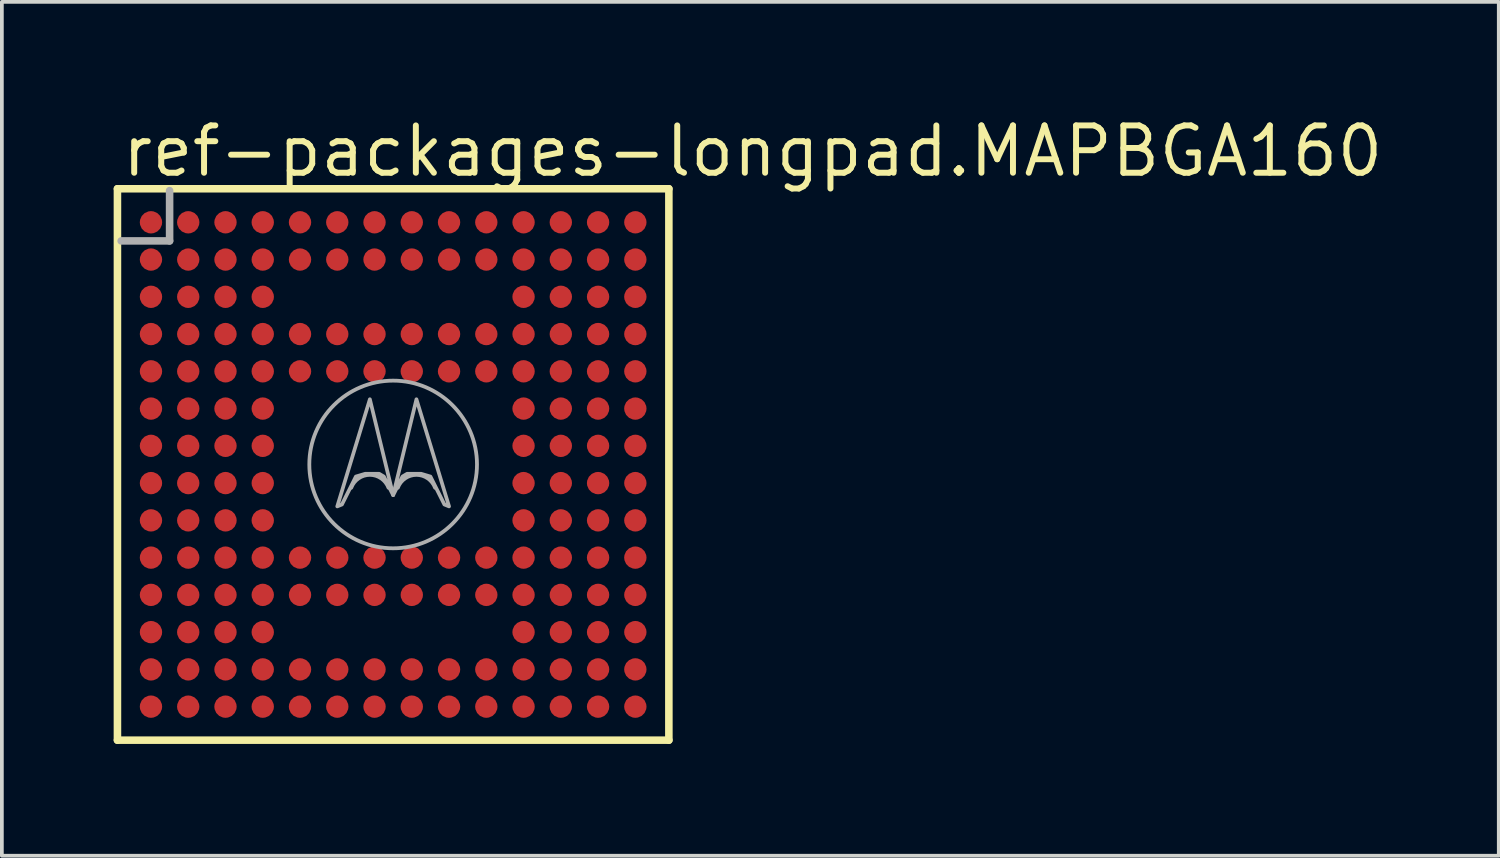
<source format=kicad_pcb>
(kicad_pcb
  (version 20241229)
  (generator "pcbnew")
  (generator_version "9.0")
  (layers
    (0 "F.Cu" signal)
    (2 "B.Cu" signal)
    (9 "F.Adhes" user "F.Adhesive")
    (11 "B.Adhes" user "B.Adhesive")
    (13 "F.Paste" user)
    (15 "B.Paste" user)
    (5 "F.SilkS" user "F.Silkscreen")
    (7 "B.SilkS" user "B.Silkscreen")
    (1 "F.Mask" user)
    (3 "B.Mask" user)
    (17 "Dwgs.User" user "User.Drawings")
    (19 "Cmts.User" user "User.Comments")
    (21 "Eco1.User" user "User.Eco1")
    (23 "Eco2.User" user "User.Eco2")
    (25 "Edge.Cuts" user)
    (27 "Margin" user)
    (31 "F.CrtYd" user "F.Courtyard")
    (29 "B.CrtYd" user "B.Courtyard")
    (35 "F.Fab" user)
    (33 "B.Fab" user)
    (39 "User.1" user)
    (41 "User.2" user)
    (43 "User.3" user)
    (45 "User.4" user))
  (footprint "ref-packages-longpad.MAPBGA160"
    (layer "F.Cu")
    (at 7.502 9.416)
    (property "Reference" "ref-packages-longpad.MAPBGA160" (at -7.358 -7.666 0) (layer "F.SilkS") (effects (font (size 1.27 1.27) (thickness 0.16)) (justify left bottom)))
    (attr smd)
    (fp_line (start -7.4 -7.4) (end 7.4 -7.4) (stroke (width 0.203) (type default)) (layer "F.SilkS"))
    (fp_line (start -7.4 7.4) (end -7.4 -7.4) (stroke (width 0.203) (type default)) (layer "F.SilkS"))
    (fp_line (start 7.4 -7.4) (end 7.4 7.4) (stroke (width 0.203) (type default)) (layer "F.SilkS"))
    (fp_line (start 7.4 7.4) (end -7.4 7.4) (stroke (width 0.203) (type default)) (layer "F.SilkS"))
    (fp_line (start -6 -7.35) (end -6 -6) (stroke (width 0.203) (type default)) (layer "F.Fab"))
    (fp_line (start -6 -6) (end -7.3 -6) (stroke (width 0.203) (type default)) (layer "F.Fab"))
    (fp_arc (start -1.125 0.625) (mid -0.625 0.2785) (end -0.125 0.625) (stroke (width 0.1016) (type default)) (layer "F.Fab"))
    (fp_arc (start 0.125 0.625) (mid 0.625 0.2785) (end 1.125 0.625) (stroke (width 0.1016) (type default)) (layer "F.Fab"))
    (fp_circle (center 0 0) (end 2.25 0) (stroke (width 0.102) (type default)) (fill no) (layer "F.Fab"))
    (fp_poly (pts (xy -1.5 1.125) (xy -0.625 -1.75) (xy 0 0.824) (xy -0.25 0.324) (xy -0.375 0.25) (xy -0.75 0.25) (xy -1 0.324) (xy -1.375 1.074)) (stroke (width 0.1) (type default)) (fill no) (layer "F.Fab"))
    (fp_poly (pts (xy 1.5 1.125) (xy 0.625 -1.75) (xy 0 0.824) (xy 0.25 0.324) (xy 0.375 0.25) (xy 0.75 0.25) (xy 1 0.324) (xy 1.375 1.074)) (stroke (width 0.1) (type default)) (fill no) (layer "F.Fab"))
    (pad "A1" smd roundrect (at -6.5 -6.5) (size 0.6 0.6) (layers "F.Cu" "F.Mask" "F.Paste") (roundrect_rratio 0.5))
    (pad "A2" smd roundrect (at -5.5 -6.5) (size 0.6 0.6) (layers "F.Cu" "F.Mask" "F.Paste") (roundrect_rratio 0.5))
    (pad "A3" smd roundrect (at -4.5 -6.5) (size 0.6 0.6) (layers "F.Cu" "F.Mask" "F.Paste") (roundrect_rratio 0.5))
    (pad "A4" smd roundrect (at -3.5 -6.5) (size 0.6 0.6) (layers "F.Cu" "F.Mask" "F.Paste") (roundrect_rratio 0.5))
    (pad "A5" smd roundrect (at -2.5 -6.5) (size 0.6 0.6) (layers "F.Cu" "F.Mask" "F.Paste") (roundrect_rratio 0.5))
    (pad "A6" smd roundrect (at -1.5 -6.5) (size 0.6 0.6) (layers "F.Cu" "F.Mask" "F.Paste") (roundrect_rratio 0.5))
    (pad "A7" smd roundrect (at -0.5 -6.5) (size 0.6 0.6) (layers "F.Cu" "F.Mask" "F.Paste") (roundrect_rratio 0.5))
    (pad "A8" smd roundrect (at 0.5 -6.5) (size 0.6 0.6) (layers "F.Cu" "F.Mask" "F.Paste") (roundrect_rratio 0.5))
    (pad "A9" smd roundrect (at 1.5 -6.5) (size 0.6 0.6) (layers "F.Cu" "F.Mask" "F.Paste") (roundrect_rratio 0.5))
    (pad "A10" smd roundrect (at 2.5 -6.5) (size 0.6 0.6) (layers "F.Cu" "F.Mask" "F.Paste") (roundrect_rratio 0.5))
    (pad "A11" smd roundrect (at 3.5 -6.5) (size 0.6 0.6) (layers "F.Cu" "F.Mask" "F.Paste") (roundrect_rratio 0.5))
    (pad "A12" smd roundrect (at 4.5 -6.5) (size 0.6 0.6) (layers "F.Cu" "F.Mask" "F.Paste") (roundrect_rratio 0.5))
    (pad "A13" smd roundrect (at 5.5 -6.5) (size 0.6 0.6) (layers "F.Cu" "F.Mask" "F.Paste") (roundrect_rratio 0.5))
    (pad "A14" smd roundrect (at 6.5 -6.5) (size 0.6 0.6) (layers "F.Cu" "F.Mask" "F.Paste") (roundrect_rratio 0.5))
    (pad "B1" smd roundrect (at -6.5 -5.5) (size 0.6 0.6) (layers "F.Cu" "F.Mask" "F.Paste") (roundrect_rratio 0.5))
    (pad "B2" smd roundrect (at -5.5 -5.5) (size 0.6 0.6) (layers "F.Cu" "F.Mask" "F.Paste") (roundrect_rratio 0.5))
    (pad "B3" smd roundrect (at -4.5 -5.5) (size 0.6 0.6) (layers "F.Cu" "F.Mask" "F.Paste") (roundrect_rratio 0.5))
    (pad "B4" smd roundrect (at -3.5 -5.5) (size 0.6 0.6) (layers "F.Cu" "F.Mask" "F.Paste") (roundrect_rratio 0.5))
    (pad "B5" smd roundrect (at -2.5 -5.5) (size 0.6 0.6) (layers "F.Cu" "F.Mask" "F.Paste") (roundrect_rratio 0.5))
    (pad "B6" smd roundrect (at -1.5 -5.5) (size 0.6 0.6) (layers "F.Cu" "F.Mask" "F.Paste") (roundrect_rratio 0.5))
    (pad "B7" smd roundrect (at -0.5 -5.5) (size 0.6 0.6) (layers "F.Cu" "F.Mask" "F.Paste") (roundrect_rratio 0.5))
    (pad "B8" smd roundrect (at 0.5 -5.5) (size 0.6 0.6) (layers "F.Cu" "F.Mask" "F.Paste") (roundrect_rratio 0.5))
    (pad "B9" smd roundrect (at 1.5 -5.5) (size 0.6 0.6) (layers "F.Cu" "F.Mask" "F.Paste") (roundrect_rratio 0.5))
    (pad "B10" smd roundrect (at 2.5 -5.5) (size 0.6 0.6) (layers "F.Cu" "F.Mask" "F.Paste") (roundrect_rratio 0.5))
    (pad "B11" smd roundrect (at 3.5 -5.5) (size 0.6 0.6) (layers "F.Cu" "F.Mask" "F.Paste") (roundrect_rratio 0.5))
    (pad "B12" smd roundrect (at 4.5 -5.5) (size 0.6 0.6) (layers "F.Cu" "F.Mask" "F.Paste") (roundrect_rratio 0.5))
    (pad "B13" smd roundrect (at 5.5 -5.5) (size 0.6 0.6) (layers "F.Cu" "F.Mask" "F.Paste") (roundrect_rratio 0.5))
    (pad "B14" smd roundrect (at 6.5 -5.5) (size 0.6 0.6) (layers "F.Cu" "F.Mask" "F.Paste") (roundrect_rratio 0.5))
    (pad "C1" smd roundrect (at -6.5 -4.5) (size 0.6 0.6) (layers "F.Cu" "F.Mask" "F.Paste") (roundrect_rratio 0.5))
    (pad "C2" smd roundrect (at -5.5 -4.5) (size 0.6 0.6) (layers "F.Cu" "F.Mask" "F.Paste") (roundrect_rratio 0.5))
    (pad "C3" smd roundrect (at -4.5 -4.5) (size 0.6 0.6) (layers "F.Cu" "F.Mask" "F.Paste") (roundrect_rratio 0.5))
    (pad "C4" smd roundrect (at -3.5 -4.5) (size 0.6 0.6) (layers "F.Cu" "F.Mask" "F.Paste") (roundrect_rratio 0.5))
    (pad "C11" smd roundrect (at 3.5 -4.5) (size 0.6 0.6) (layers "F.Cu" "F.Mask" "F.Paste") (roundrect_rratio 0.5))
    (pad "C12" smd roundrect (at 4.5 -4.5) (size 0.6 0.6) (layers "F.Cu" "F.Mask" "F.Paste") (roundrect_rratio 0.5))
    (pad "C13" smd roundrect (at 5.5 -4.5) (size 0.6 0.6) (layers "F.Cu" "F.Mask" "F.Paste") (roundrect_rratio 0.5))
    (pad "C14" smd roundrect (at 6.5 -4.5) (size 0.6 0.6) (layers "F.Cu" "F.Mask" "F.Paste") (roundrect_rratio 0.5))
    (pad "D1" smd roundrect (at -6.5 -3.5) (size 0.6 0.6) (layers "F.Cu" "F.Mask" "F.Paste") (roundrect_rratio 0.5))
    (pad "D2" smd roundrect (at -5.5 -3.5) (size 0.6 0.6) (layers "F.Cu" "F.Mask" "F.Paste") (roundrect_rratio 0.5))
    (pad "D3" smd roundrect (at -4.5 -3.5) (size 0.6 0.6) (layers "F.Cu" "F.Mask" "F.Paste") (roundrect_rratio 0.5))
    (pad "D4" smd roundrect (at -3.5 -3.5) (size 0.6 0.6) (layers "F.Cu" "F.Mask" "F.Paste") (roundrect_rratio 0.5))
    (pad "D5" smd roundrect (at -2.5 -3.5) (size 0.6 0.6) (layers "F.Cu" "F.Mask" "F.Paste") (roundrect_rratio 0.5))
    (pad "D6" smd roundrect (at -1.5 -3.5) (size 0.6 0.6) (layers "F.Cu" "F.Mask" "F.Paste") (roundrect_rratio 0.5))
    (pad "D7" smd roundrect (at -0.5 -3.5) (size 0.6 0.6) (layers "F.Cu" "F.Mask" "F.Paste") (roundrect_rratio 0.5))
    (pad "D8" smd roundrect (at 0.5 -3.5) (size 0.6 0.6) (layers "F.Cu" "F.Mask" "F.Paste") (roundrect_rratio 0.5))
    (pad "D9" smd roundrect (at 1.5 -3.5) (size 0.6 0.6) (layers "F.Cu" "F.Mask" "F.Paste") (roundrect_rratio 0.5))
    (pad "D10" smd roundrect (at 2.5 -3.5) (size 0.6 0.6) (layers "F.Cu" "F.Mask" "F.Paste") (roundrect_rratio 0.5))
    (pad "D11" smd roundrect (at 3.5 -3.5) (size 0.6 0.6) (layers "F.Cu" "F.Mask" "F.Paste") (roundrect_rratio 0.5))
    (pad "D12" smd roundrect (at 4.5 -3.5) (size 0.6 0.6) (layers "F.Cu" "F.Mask" "F.Paste") (roundrect_rratio 0.5))
    (pad "D13" smd roundrect (at 5.5 -3.5) (size 0.6 0.6) (layers "F.Cu" "F.Mask" "F.Paste") (roundrect_rratio 0.5))
    (pad "D14" smd roundrect (at 6.5 -3.5) (size 0.6 0.6) (layers "F.Cu" "F.Mask" "F.Paste") (roundrect_rratio 0.5))
    (pad "E1" smd roundrect (at -6.5 -2.5) (size 0.6 0.6) (layers "F.Cu" "F.Mask" "F.Paste") (roundrect_rratio 0.5))
    (pad "E2" smd roundrect (at -5.5 -2.5) (size 0.6 0.6) (layers "F.Cu" "F.Mask" "F.Paste") (roundrect_rratio 0.5))
    (pad "E3" smd roundrect (at -4.5 -2.5) (size 0.6 0.6) (layers "F.Cu" "F.Mask" "F.Paste") (roundrect_rratio 0.5))
    (pad "E4" smd roundrect (at -3.5 -2.5) (size 0.6 0.6) (layers "F.Cu" "F.Mask" "F.Paste") (roundrect_rratio 0.5))
    (pad "E5" smd roundrect (at -2.5 -2.5) (size 0.6 0.6) (layers "F.Cu" "F.Mask" "F.Paste") (roundrect_rratio 0.5))
    (pad "E6" smd roundrect (at -1.5 -2.5) (size 0.6 0.6) (layers "F.Cu" "F.Mask" "F.Paste") (roundrect_rratio 0.5))
    (pad "E7" smd roundrect (at -0.5 -2.5) (size 0.6 0.6) (layers "F.Cu" "F.Mask" "F.Paste") (roundrect_rratio 0.5))
    (pad "E8" smd roundrect (at 0.5 -2.5) (size 0.6 0.6) (layers "F.Cu" "F.Mask" "F.Paste") (roundrect_rratio 0.5))
    (pad "E9" smd roundrect (at 1.5 -2.5) (size 0.6 0.6) (layers "F.Cu" "F.Mask" "F.Paste") (roundrect_rratio 0.5))
    (pad "E10" smd roundrect (at 2.5 -2.5) (size 0.6 0.6) (layers "F.Cu" "F.Mask" "F.Paste") (roundrect_rratio 0.5))
    (pad "E11" smd roundrect (at 3.5 -2.5) (size 0.6 0.6) (layers "F.Cu" "F.Mask" "F.Paste") (roundrect_rratio 0.5))
    (pad "E12" smd roundrect (at 4.5 -2.5) (size 0.6 0.6) (layers "F.Cu" "F.Mask" "F.Paste") (roundrect_rratio 0.5))
    (pad "E13" smd roundrect (at 5.5 -2.5) (size 0.6 0.6) (layers "F.Cu" "F.Mask" "F.Paste") (roundrect_rratio 0.5))
    (pad "E14" smd roundrect (at 6.5 -2.5) (size 0.6 0.6) (layers "F.Cu" "F.Mask" "F.Paste") (roundrect_rratio 0.5))
    (pad "F1" smd roundrect (at -6.5 -1.5) (size 0.6 0.6) (layers "F.Cu" "F.Mask" "F.Paste") (roundrect_rratio 0.5))
    (pad "F2" smd roundrect (at -5.5 -1.5) (size 0.6 0.6) (layers "F.Cu" "F.Mask" "F.Paste") (roundrect_rratio 0.5))
    (pad "F3" smd roundrect (at -4.5 -1.5) (size 0.6 0.6) (layers "F.Cu" "F.Mask" "F.Paste") (roundrect_rratio 0.5))
    (pad "F4" smd roundrect (at -3.5 -1.5) (size 0.6 0.6) (layers "F.Cu" "F.Mask" "F.Paste") (roundrect_rratio 0.5))
    (pad "F11" smd roundrect (at 3.5 -1.5) (size 0.6 0.6) (layers "F.Cu" "F.Mask" "F.Paste") (roundrect_rratio 0.5))
    (pad "F12" smd roundrect (at 4.5 -1.5) (size 0.6 0.6) (layers "F.Cu" "F.Mask" "F.Paste") (roundrect_rratio 0.5))
    (pad "F13" smd roundrect (at 5.5 -1.5) (size 0.6 0.6) (layers "F.Cu" "F.Mask" "F.Paste") (roundrect_rratio 0.5))
    (pad "F14" smd roundrect (at 6.5 -1.5) (size 0.6 0.6) (layers "F.Cu" "F.Mask" "F.Paste") (roundrect_rratio 0.5))
    (pad "G1" smd roundrect (at -6.5 -0.5) (size 0.6 0.6) (layers "F.Cu" "F.Mask" "F.Paste") (roundrect_rratio 0.5))
    (pad "G2" smd roundrect (at -5.5 -0.5) (size 0.6 0.6) (layers "F.Cu" "F.Mask" "F.Paste") (roundrect_rratio 0.5))
    (pad "G3" smd roundrect (at -4.5 -0.5) (size 0.6 0.6) (layers "F.Cu" "F.Mask" "F.Paste") (roundrect_rratio 0.5))
    (pad "G4" smd roundrect (at -3.5 -0.5) (size 0.6 0.6) (layers "F.Cu" "F.Mask" "F.Paste") (roundrect_rratio 0.5))
    (pad "G11" smd roundrect (at 3.5 -0.5) (size 0.6 0.6) (layers "F.Cu" "F.Mask" "F.Paste") (roundrect_rratio 0.5))
    (pad "G12" smd roundrect (at 4.5 -0.5) (size 0.6 0.6) (layers "F.Cu" "F.Mask" "F.Paste") (roundrect_rratio 0.5))
    (pad "G13" smd roundrect (at 5.5 -0.5) (size 0.6 0.6) (layers "F.Cu" "F.Mask" "F.Paste") (roundrect_rratio 0.5))
    (pad "G14" smd roundrect (at 6.5 -0.5) (size 0.6 0.6) (layers "F.Cu" "F.Mask" "F.Paste") (roundrect_rratio 0.5))
    (pad "H1" smd roundrect (at -6.5 0.5) (size 0.6 0.6) (layers "F.Cu" "F.Mask" "F.Paste") (roundrect_rratio 0.5))
    (pad "H2" smd roundrect (at -5.5 0.5) (size 0.6 0.6) (layers "F.Cu" "F.Mask" "F.Paste") (roundrect_rratio 0.5))
    (pad "H3" smd roundrect (at -4.5 0.5) (size 0.6 0.6) (layers "F.Cu" "F.Mask" "F.Paste") (roundrect_rratio 0.5))
    (pad "H4" smd roundrect (at -3.5 0.5) (size 0.6 0.6) (layers "F.Cu" "F.Mask" "F.Paste") (roundrect_rratio 0.5))
    (pad "H11" smd roundrect (at 3.5 0.5) (size 0.6 0.6) (layers "F.Cu" "F.Mask" "F.Paste") (roundrect_rratio 0.5))
    (pad "H12" smd roundrect (at 4.5 0.5) (size 0.6 0.6) (layers "F.Cu" "F.Mask" "F.Paste") (roundrect_rratio 0.5))
    (pad "H13" smd roundrect (at 5.5 0.5) (size 0.6 0.6) (layers "F.Cu" "F.Mask" "F.Paste") (roundrect_rratio 0.5))
    (pad "H14" smd roundrect (at 6.5 0.5) (size 0.6 0.6) (layers "F.Cu" "F.Mask" "F.Paste") (roundrect_rratio 0.5))
    (pad "J1" smd roundrect (at -6.5 1.5) (size 0.6 0.6) (layers "F.Cu" "F.Mask" "F.Paste") (roundrect_rratio 0.5))
    (pad "J2" smd roundrect (at -5.5 1.5) (size 0.6 0.6) (layers "F.Cu" "F.Mask" "F.Paste") (roundrect_rratio 0.5))
    (pad "J3" smd roundrect (at -4.5 1.5) (size 0.6 0.6) (layers "F.Cu" "F.Mask" "F.Paste") (roundrect_rratio 0.5))
    (pad "J4" smd roundrect (at -3.5 1.5) (size 0.6 0.6) (layers "F.Cu" "F.Mask" "F.Paste") (roundrect_rratio 0.5))
    (pad "J11" smd roundrect (at 3.5 1.5) (size 0.6 0.6) (layers "F.Cu" "F.Mask" "F.Paste") (roundrect_rratio 0.5))
    (pad "J12" smd roundrect (at 4.5 1.5) (size 0.6 0.6) (layers "F.Cu" "F.Mask" "F.Paste") (roundrect_rratio 0.5))
    (pad "J13" smd roundrect (at 5.5 1.5) (size 0.6 0.6) (layers "F.Cu" "F.Mask" "F.Paste") (roundrect_rratio 0.5))
    (pad "J14" smd roundrect (at 6.5 1.5) (size 0.6 0.6) (layers "F.Cu" "F.Mask" "F.Paste") (roundrect_rratio 0.5))
    (pad "K1" smd roundrect (at -6.5 2.5) (size 0.6 0.6) (layers "F.Cu" "F.Mask" "F.Paste") (roundrect_rratio 0.5))
    (pad "K2" smd roundrect (at -5.5 2.5) (size 0.6 0.6) (layers "F.Cu" "F.Mask" "F.Paste") (roundrect_rratio 0.5))
    (pad "K3" smd roundrect (at -4.5 2.5) (size 0.6 0.6) (layers "F.Cu" "F.Mask" "F.Paste") (roundrect_rratio 0.5))
    (pad "K4" smd roundrect (at -3.5 2.5) (size 0.6 0.6) (layers "F.Cu" "F.Mask" "F.Paste") (roundrect_rratio 0.5))
    (pad "K5" smd roundrect (at -2.5 2.5) (size 0.6 0.6) (layers "F.Cu" "F.Mask" "F.Paste") (roundrect_rratio 0.5))
    (pad "K6" smd roundrect (at -1.5 2.5) (size 0.6 0.6) (layers "F.Cu" "F.Mask" "F.Paste") (roundrect_rratio 0.5))
    (pad "K7" smd roundrect (at -0.5 2.5) (size 0.6 0.6) (layers "F.Cu" "F.Mask" "F.Paste") (roundrect_rratio 0.5))
    (pad "K8" smd roundrect (at 0.5 2.5) (size 0.6 0.6) (layers "F.Cu" "F.Mask" "F.Paste") (roundrect_rratio 0.5))
    (pad "K9" smd roundrect (at 1.5 2.5) (size 0.6 0.6) (layers "F.Cu" "F.Mask" "F.Paste") (roundrect_rratio 0.5))
    (pad "K10" smd roundrect (at 2.5 2.5) (size 0.6 0.6) (layers "F.Cu" "F.Mask" "F.Paste") (roundrect_rratio 0.5))
    (pad "K11" smd roundrect (at 3.5 2.5) (size 0.6 0.6) (layers "F.Cu" "F.Mask" "F.Paste") (roundrect_rratio 0.5))
    (pad "K12" smd roundrect (at 4.5 2.5) (size 0.6 0.6) (layers "F.Cu" "F.Mask" "F.Paste") (roundrect_rratio 0.5))
    (pad "K13" smd roundrect (at 5.5 2.5) (size 0.6 0.6) (layers "F.Cu" "F.Mask" "F.Paste") (roundrect_rratio 0.5))
    (pad "K14" smd roundrect (at 6.5 2.5) (size 0.6 0.6) (layers "F.Cu" "F.Mask" "F.Paste") (roundrect_rratio 0.5))
    (pad "L1" smd roundrect (at -6.5 3.5) (size 0.6 0.6) (layers "F.Cu" "F.Mask" "F.Paste") (roundrect_rratio 0.5))
    (pad "L2" smd roundrect (at -5.5 3.5) (size 0.6 0.6) (layers "F.Cu" "F.Mask" "F.Paste") (roundrect_rratio 0.5))
    (pad "L3" smd roundrect (at -4.5 3.5) (size 0.6 0.6) (layers "F.Cu" "F.Mask" "F.Paste") (roundrect_rratio 0.5))
    (pad "L4" smd roundrect (at -3.5 3.5) (size 0.6 0.6) (layers "F.Cu" "F.Mask" "F.Paste") (roundrect_rratio 0.5))
    (pad "L5" smd roundrect (at -2.5 3.5) (size 0.6 0.6) (layers "F.Cu" "F.Mask" "F.Paste") (roundrect_rratio 0.5))
    (pad "L6" smd roundrect (at -1.5 3.5) (size 0.6 0.6) (layers "F.Cu" "F.Mask" "F.Paste") (roundrect_rratio 0.5))
    (pad "L7" smd roundrect (at -0.5 3.5) (size 0.6 0.6) (layers "F.Cu" "F.Mask" "F.Paste") (roundrect_rratio 0.5))
    (pad "L8" smd roundrect (at 0.5 3.5) (size 0.6 0.6) (layers "F.Cu" "F.Mask" "F.Paste") (roundrect_rratio 0.5))
    (pad "L9" smd roundrect (at 1.5 3.5) (size 0.6 0.6) (layers "F.Cu" "F.Mask" "F.Paste") (roundrect_rratio 0.5))
    (pad "L10" smd roundrect (at 2.5 3.5) (size 0.6 0.6) (layers "F.Cu" "F.Mask" "F.Paste") (roundrect_rratio 0.5))
    (pad "L11" smd roundrect (at 3.5 3.5) (size 0.6 0.6) (layers "F.Cu" "F.Mask" "F.Paste") (roundrect_rratio 0.5))
    (pad "L12" smd roundrect (at 4.5 3.5) (size 0.6 0.6) (layers "F.Cu" "F.Mask" "F.Paste") (roundrect_rratio 0.5))
    (pad "L13" smd roundrect (at 5.5 3.5) (size 0.6 0.6) (layers "F.Cu" "F.Mask" "F.Paste") (roundrect_rratio 0.5))
    (pad "L14" smd roundrect (at 6.5 3.5) (size 0.6 0.6) (layers "F.Cu" "F.Mask" "F.Paste") (roundrect_rratio 0.5))
    (pad "M1" smd roundrect (at -6.5 4.5) (size 0.6 0.6) (layers "F.Cu" "F.Mask" "F.Paste") (roundrect_rratio 0.5))
    (pad "M2" smd roundrect (at -5.5 4.5) (size 0.6 0.6) (layers "F.Cu" "F.Mask" "F.Paste") (roundrect_rratio 0.5))
    (pad "M3" smd roundrect (at -4.5 4.5) (size 0.6 0.6) (layers "F.Cu" "F.Mask" "F.Paste") (roundrect_rratio 0.5))
    (pad "M4" smd roundrect (at -3.5 4.5) (size 0.6 0.6) (layers "F.Cu" "F.Mask" "F.Paste") (roundrect_rratio 0.5))
    (pad "M11" smd roundrect (at 3.5 4.5) (size 0.6 0.6) (layers "F.Cu" "F.Mask" "F.Paste") (roundrect_rratio 0.5))
    (pad "M12" smd roundrect (at 4.5 4.5) (size 0.6 0.6) (layers "F.Cu" "F.Mask" "F.Paste") (roundrect_rratio 0.5))
    (pad "M13" smd roundrect (at 5.5 4.5) (size 0.6 0.6) (layers "F.Cu" "F.Mask" "F.Paste") (roundrect_rratio 0.5))
    (pad "M14" smd roundrect (at 6.5 4.5) (size 0.6 0.6) (layers "F.Cu" "F.Mask" "F.Paste") (roundrect_rratio 0.5))
    (pad "N1" smd roundrect (at -6.5 5.5) (size 0.6 0.6) (layers "F.Cu" "F.Mask" "F.Paste") (roundrect_rratio 0.5))
    (pad "N2" smd roundrect (at -5.5 5.5) (size 0.6 0.6) (layers "F.Cu" "F.Mask" "F.Paste") (roundrect_rratio 0.5))
    (pad "N3" smd roundrect (at -4.5 5.5) (size 0.6 0.6) (layers "F.Cu" "F.Mask" "F.Paste") (roundrect_rratio 0.5))
    (pad "N4" smd roundrect (at -3.5 5.5) (size 0.6 0.6) (layers "F.Cu" "F.Mask" "F.Paste") (roundrect_rratio 0.5))
    (pad "N5" smd roundrect (at -2.5 5.5) (size 0.6 0.6) (layers "F.Cu" "F.Mask" "F.Paste") (roundrect_rratio 0.5))
    (pad "N6" smd roundrect (at -1.5 5.5) (size 0.6 0.6) (layers "F.Cu" "F.Mask" "F.Paste") (roundrect_rratio 0.5))
    (pad "N7" smd roundrect (at -0.5 5.5) (size 0.6 0.6) (layers "F.Cu" "F.Mask" "F.Paste") (roundrect_rratio 0.5))
    (pad "N8" smd roundrect (at 0.5 5.5) (size 0.6 0.6) (layers "F.Cu" "F.Mask" "F.Paste") (roundrect_rratio 0.5))
    (pad "N9" smd roundrect (at 1.5 5.5) (size 0.6 0.6) (layers "F.Cu" "F.Mask" "F.Paste") (roundrect_rratio 0.5))
    (pad "N10" smd roundrect (at 2.5 5.5) (size 0.6 0.6) (layers "F.Cu" "F.Mask" "F.Paste") (roundrect_rratio 0.5))
    (pad "N11" smd roundrect (at 3.5 5.5) (size 0.6 0.6) (layers "F.Cu" "F.Mask" "F.Paste") (roundrect_rratio 0.5))
    (pad "N12" smd roundrect (at 4.5 5.5) (size 0.6 0.6) (layers "F.Cu" "F.Mask" "F.Paste") (roundrect_rratio 0.5))
    (pad "N13" smd roundrect (at 5.5 5.5) (size 0.6 0.6) (layers "F.Cu" "F.Mask" "F.Paste") (roundrect_rratio 0.5))
    (pad "N14" smd roundrect (at 6.5 5.5) (size 0.6 0.6) (layers "F.Cu" "F.Mask" "F.Paste") (roundrect_rratio 0.5))
    (pad "P1" smd roundrect (at -6.5 6.5) (size 0.6 0.6) (layers "F.Cu" "F.Mask" "F.Paste") (roundrect_rratio 0.5))
    (pad "P2" smd roundrect (at -5.5 6.5) (size 0.6 0.6) (layers "F.Cu" "F.Mask" "F.Paste") (roundrect_rratio 0.5))
    (pad "P3" smd roundrect (at -4.5 6.5) (size 0.6 0.6) (layers "F.Cu" "F.Mask" "F.Paste") (roundrect_rratio 0.5))
    (pad "P4" smd roundrect (at -3.5 6.5) (size 0.6 0.6) (layers "F.Cu" "F.Mask" "F.Paste") (roundrect_rratio 0.5))
    (pad "P5" smd roundrect (at -2.5 6.5) (size 0.6 0.6) (layers "F.Cu" "F.Mask" "F.Paste") (roundrect_rratio 0.5))
    (pad "P6" smd roundrect (at -1.5 6.5) (size 0.6 0.6) (layers "F.Cu" "F.Mask" "F.Paste") (roundrect_rratio 0.5))
    (pad "P7" smd roundrect (at -0.5 6.5) (size 0.6 0.6) (layers "F.Cu" "F.Mask" "F.Paste") (roundrect_rratio 0.5))
    (pad "P8" smd roundrect (at 0.5 6.5) (size 0.6 0.6) (layers "F.Cu" "F.Mask" "F.Paste") (roundrect_rratio 0.5))
    (pad "P9" smd roundrect (at 1.5 6.5) (size 0.6 0.6) (layers "F.Cu" "F.Mask" "F.Paste") (roundrect_rratio 0.5))
    (pad "P10" smd roundrect (at 2.5 6.5) (size 0.6 0.6) (layers "F.Cu" "F.Mask" "F.Paste") (roundrect_rratio 0.5))
    (pad "P11" smd roundrect (at 3.5 6.5) (size 0.6 0.6) (layers "F.Cu" "F.Mask" "F.Paste") (roundrect_rratio 0.5))
    (pad "P12" smd roundrect (at 4.5 6.5) (size 0.6 0.6) (layers "F.Cu" "F.Mask" "F.Paste") (roundrect_rratio 0.5))
    (pad "P13" smd roundrect (at 5.5 6.5) (size 0.6 0.6) (layers "F.Cu" "F.Mask" "F.Paste") (roundrect_rratio 0.5))
    (pad "P14" smd roundrect (at 6.5 6.5) (size 0.6 0.6) (layers "F.Cu" "F.Mask" "F.Paste") (roundrect_rratio 0.5)))
  (gr_rect
    (start -3 -3)
    (end 37.176 19.918)
    (stroke (width 0.1) (type default))
    (fill no)
    (layer "Edge.Cuts")))
</source>
